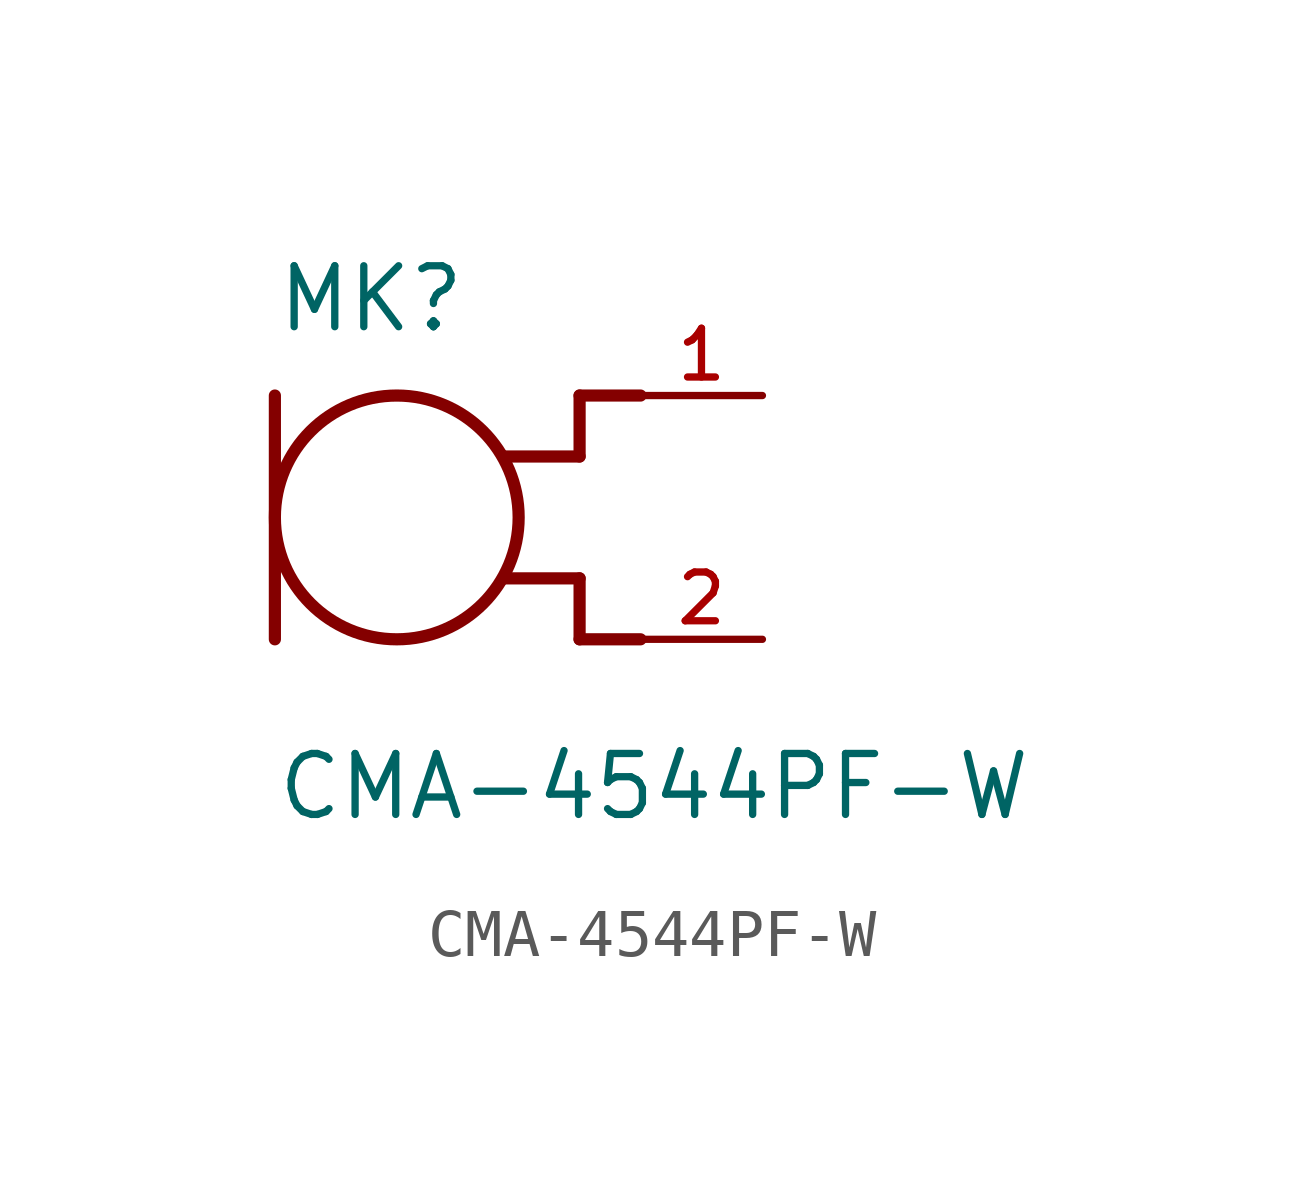
<source format=kicad_sym>
(kicad_symbol_lib
  (version 20211014)
  (generator kicad_symbol_editor)
  (symbol "CMA-4544PF-W"
    (pin_names
      (offset 1.016))
    (property "Reference" "MK"
      (at -2.541 3.811 0)
      (effects (font (size 1.27 1.27)) (justify bottom left)))
    (property "Value" "CMA-4544PF-W"
      (at -2.541 -6.353 0)
      (effects (font (size 1.27 1.27)) (justify bottom left)))
    (symbol "CMA-4544PF-W_0_0"
      (circle (center 0.0 0.0) (radius 2.54) (stroke (width 0.254)) (fill (type none)))
      (polyline (pts (xy -2.54 2.54) (xy -2.54 -2.54)) (stroke (width 0.254)))
      (polyline (pts (xy 5.08 2.54) (xy 3.81 2.54)) (stroke (width 0.254)))
      (polyline (pts (xy 3.81 2.54) (xy 3.81 1.27)) (stroke (width 0.254)))
      (polyline (pts (xy 3.81 1.27) (xy 2.235 1.27)) (stroke (width 0.254)))
      (polyline (pts (xy 5.08 -2.54) (xy 3.81 -2.54)) (stroke (width 0.254)))
      (polyline (pts (xy 3.81 -2.54) (xy 3.81 -1.27)) (stroke (width 0.254)))
      (polyline (pts (xy 3.81 -1.27) (xy 2.235 -1.27)) (stroke (width 0.254)))
      (pin output line (at 7.62 2.54 180.0) (length 2.54) (name "~" (effects (font (size 1.016 1.016)))) (number "1" (effects (font (size 1.016 1.016)))))
      (pin power_in line (at 7.62 -2.54 180.0) (length 2.54) (name "~" (effects (font (size 1.016 1.016)))) (number "2" (effects (font (size 1.016 1.016))))))))
</source>
